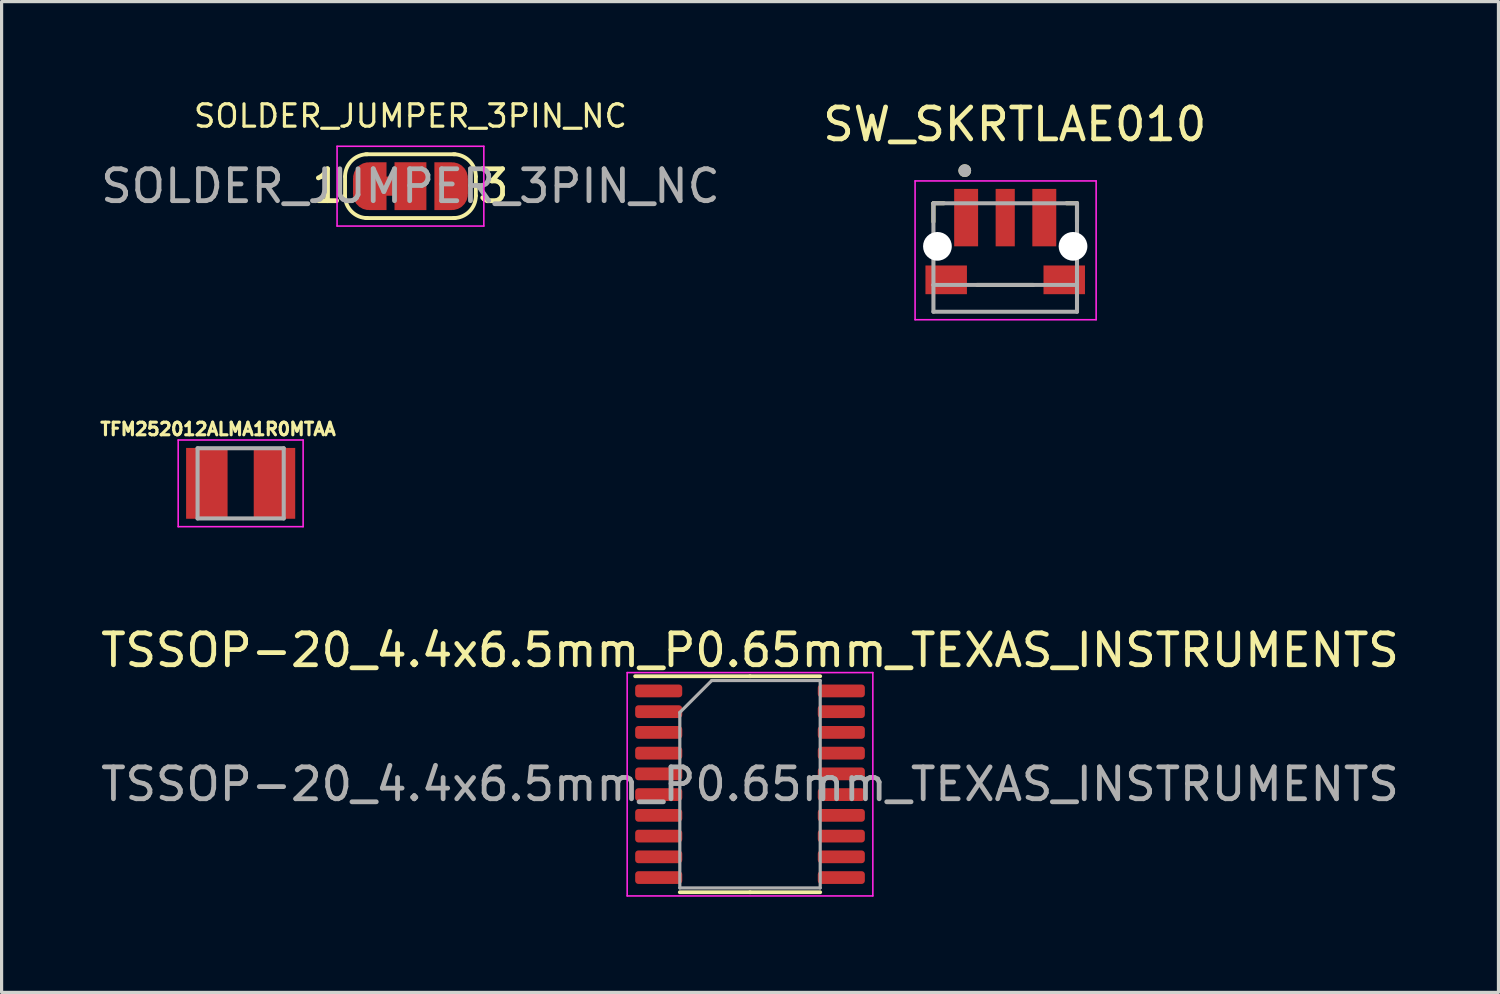
<source format=kicad_pcb>
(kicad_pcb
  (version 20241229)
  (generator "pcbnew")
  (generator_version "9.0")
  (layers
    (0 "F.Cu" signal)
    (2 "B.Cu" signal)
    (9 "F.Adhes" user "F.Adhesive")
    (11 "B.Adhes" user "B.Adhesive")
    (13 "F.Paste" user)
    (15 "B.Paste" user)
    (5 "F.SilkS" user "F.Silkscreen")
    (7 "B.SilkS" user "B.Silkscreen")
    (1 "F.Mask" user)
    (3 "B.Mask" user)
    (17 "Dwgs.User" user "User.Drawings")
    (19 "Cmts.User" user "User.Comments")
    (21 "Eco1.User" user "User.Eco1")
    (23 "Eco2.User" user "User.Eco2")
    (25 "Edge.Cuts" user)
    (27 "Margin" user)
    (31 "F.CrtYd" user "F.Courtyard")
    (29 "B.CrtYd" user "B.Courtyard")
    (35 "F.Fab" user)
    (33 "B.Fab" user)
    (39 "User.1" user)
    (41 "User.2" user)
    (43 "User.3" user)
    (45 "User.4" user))
  (footprint "TSSOP-20_4.4x6.5mm_P0.65mm_TEXAS_INSTRUMENTS"
    (layer "F.Cu")
    (at 20.458 21.531)
    (property "Reference" "TSSOP-20_4.4x6.5mm_P0.65mm_TEXAS_INSTRUMENTS" (at 0 -4.2 0) (layer "F.SilkS") (effects (font (size 1 1) (thickness 0.15))))
    (attr smd)
    (fp_line (start 0 -3.385) (end -3.6 -3.385) (stroke (width 0.12) (type solid)) (layer "F.SilkS"))
    (fp_line (start 0 -3.385) (end 2.2 -3.385) (stroke (width 0.12) (type solid)) (layer "F.SilkS"))
    (fp_line (start 0 3.385) (end -2.2 3.385) (stroke (width 0.12) (type solid)) (layer "F.SilkS"))
    (fp_line (start 0 3.385) (end 2.2 3.385) (stroke (width 0.12) (type solid)) (layer "F.SilkS"))
    (fp_line (start -3.85 -3.5) (end -3.85 3.5) (stroke (width 0.05) (type solid)) (layer "F.CrtYd"))
    (fp_line (start -3.85 3.5) (end 3.85 3.5) (stroke (width 0.05) (type solid)) (layer "F.CrtYd"))
    (fp_line (start 3.85 -3.5) (end -3.85 -3.5) (stroke (width 0.05) (type solid)) (layer "F.CrtYd"))
    (fp_line (start 3.85 3.5) (end 3.85 -3.5) (stroke (width 0.05) (type solid)) (layer "F.CrtYd"))
    (fp_line (start -2.2 -2.25) (end -1.2 -3.25) (stroke (width 0.1) (type solid)) (layer "F.Fab"))
    (fp_line (start -2.2 3.25) (end -2.2 -2.25) (stroke (width 0.1) (type solid)) (layer "F.Fab"))
    (fp_line (start -1.2 -3.25) (end 2.2 -3.25) (stroke (width 0.1) (type solid)) (layer "F.Fab"))
    (fp_line (start 2.2 -3.25) (end 2.2 3.25) (stroke (width 0.1) (type solid)) (layer "F.Fab"))
    (fp_line (start 2.2 3.25) (end -2.2 3.25) (stroke (width 0.1) (type solid)) (layer "F.Fab"))
    (fp_text user "${REFERENCE}" (at 0 0 0) (layer "F.Fab") (effects (font (size 1 1) (thickness 0.15))))
    (pad "1" smd roundrect (at -2.862 -2.925) (size 1.475 0.4) (layers "F.Cu" "F.Mask" "F.Paste") (roundrect_rratio 0.25))
    (pad "2" smd roundrect (at -2.862 -2.275) (size 1.475 0.4) (layers "F.Cu" "F.Mask" "F.Paste") (roundrect_rratio 0.25))
    (pad "3" smd roundrect (at -2.862 -1.625) (size 1.475 0.4) (layers "F.Cu" "F.Mask" "F.Paste") (roundrect_rratio 0.25))
    (pad "4" smd roundrect (at -2.862 -0.975) (size 1.475 0.4) (layers "F.Cu" "F.Mask" "F.Paste") (roundrect_rratio 0.25))
    (pad "5" smd roundrect (at -2.862 -0.325) (size 1.475 0.4) (layers "F.Cu" "F.Mask" "F.Paste") (roundrect_rratio 0.25))
    (pad "6" smd roundrect (at -2.862 0.325) (size 1.475 0.4) (layers "F.Cu" "F.Mask" "F.Paste") (roundrect_rratio 0.25))
    (pad "7" smd roundrect (at -2.862 0.975) (size 1.475 0.4) (layers "F.Cu" "F.Mask" "F.Paste") (roundrect_rratio 0.25))
    (pad "8" smd roundrect (at -2.862 1.625) (size 1.475 0.4) (layers "F.Cu" "F.Mask" "F.Paste") (roundrect_rratio 0.25))
    (pad "9" smd roundrect (at -2.862 2.275) (size 1.475 0.4) (layers "F.Cu" "F.Mask" "F.Paste") (roundrect_rratio 0.25))
    (pad "10" smd roundrect (at -2.862 2.925) (size 1.475 0.4) (layers "F.Cu" "F.Mask" "F.Paste") (roundrect_rratio 0.25))
    (pad "11" smd roundrect (at 2.862 2.925) (size 1.475 0.4) (layers "F.Cu" "F.Mask" "F.Paste") (roundrect_rratio 0.25))
    (pad "12" smd roundrect (at 2.862 2.275) (size 1.475 0.4) (layers "F.Cu" "F.Mask" "F.Paste") (roundrect_rratio 0.25))
    (pad "13" smd roundrect (at 2.862 1.625) (size 1.475 0.4) (layers "F.Cu" "F.Mask" "F.Paste") (roundrect_rratio 0.25))
    (pad "14" smd roundrect (at 2.862 0.975) (size 1.475 0.4) (layers "F.Cu" "F.Mask" "F.Paste") (roundrect_rratio 0.25))
    (pad "15" smd roundrect (at 2.862 0.325) (size 1.475 0.4) (layers "F.Cu" "F.Mask" "F.Paste") (roundrect_rratio 0.25))
    (pad "16" smd roundrect (at 2.862 -0.325) (size 1.475 0.4) (layers "F.Cu" "F.Mask" "F.Paste") (roundrect_rratio 0.25))
    (pad "17" smd roundrect (at 2.862 -0.975) (size 1.475 0.4) (layers "F.Cu" "F.Mask" "F.Paste") (roundrect_rratio 0.25))
    (pad "18" smd roundrect (at 2.862 -1.625) (size 1.475 0.4) (layers "F.Cu" "F.Mask" "F.Paste") (roundrect_rratio 0.25))
    (pad "19" smd roundrect (at 2.862 -2.275) (size 1.475 0.4) (layers "F.Cu" "F.Mask" "F.Paste") (roundrect_rratio 0.25))
    (pad "20" smd roundrect (at 2.862 -2.925) (size 1.475 0.4) (layers "F.Cu" "F.Mask" "F.Paste") (roundrect_rratio 0.25)))
  (footprint "TFM252012ALMA1R0MTAA"
    (layer "F.Cu")
    (at 4.493 12.1)
    (property "Reference" "TFM252012ALMA1R0MTAA" (at -0.71 -1.7 0) (layer "F.SilkS") (effects (font (size 0.394 0.394) (thickness 0.15))))
    (attr smd)
    (fp_line (start -1.958 -1.358) (end 1.958 -1.358) (stroke (width 0.05) (type solid)) (layer "F.CrtYd"))
    (fp_line (start -1.958 1.358) (end -1.958 -1.358) (stroke (width 0.05) (type solid)) (layer "F.CrtYd"))
    (fp_line (start -1.958 1.358) (end 1.958 1.358) (stroke (width 0.05) (type solid)) (layer "F.CrtYd"))
    (fp_line (start 1.958 1.358) (end 1.958 -1.358) (stroke (width 0.05) (type solid)) (layer "F.CrtYd"))
    (fp_line (start -1.35 1.1) (end -1.35 -1.1) (stroke (width 0.127) (type solid)) (layer "F.Fab"))
    (fp_line (start 1.35 -1.1) (end -1.35 -1.1) (stroke (width 0.127) (type solid)) (layer "F.Fab"))
    (fp_line (start 1.35 1.1) (end -1.35 1.1) (stroke (width 0.127) (type solid)) (layer "F.Fab"))
    (fp_line (start 1.35 1.1) (end 1.35 -1.1) (stroke (width 0.127) (type solid)) (layer "F.Fab"))
    (pad "1" smd rect (at -1.06 0) (size 1.3 2.22) (layers "F.Cu" "F.Mask" "F.Paste"))
    (pad "2" smd rect (at 1.06 0) (size 1.3 2.22) (layers "F.Cu" "F.Mask" "F.Paste")))
  (footprint "SW_SKRTLAE010"
    (layer "F.Cu")
    (at 28.457 4.671)
    (property "Reference" "SW_SKRTLAE010" (at 0.299 -3.823 0) (layer "F.SilkS") (effects (font (size 1 1) (thickness 0.15))))
    (attr smd)
    (fp_line (start -2.25 -1.35) (end -1.924 -1.35) (stroke (width 0.127) (type solid)) (layer "F.SilkS"))
    (fp_line (start -2.25 -0.77) (end -2.25 -1.35) (stroke (width 0.127) (type solid)) (layer "F.SilkS"))
    (fp_line (start -0.88 1.21) (end 0.88 1.21) (stroke (width 0.127) (type solid)) (layer "F.SilkS"))
    (fp_line (start 1.924 -1.35) (end 2.25 -1.35) (stroke (width 0.127) (type solid)) (layer "F.SilkS"))
    (fp_line (start 2.25 -1.35) (end 2.25 -0.77) (stroke (width 0.127) (type solid)) (layer "F.SilkS"))
    (fp_circle (center -1.268 -2.373) (end -1.168 -2.373) (stroke (width 0.2) (type solid)) (fill no) (layer "F.SilkS"))
    (fp_line (start -2.825 -2.05) (end -2.825 2.3) (stroke (width 0.05) (type solid)) (layer "F.CrtYd"))
    (fp_line (start -2.825 2.3) (end 2.85 2.3) (stroke (width 0.05) (type solid)) (layer "F.CrtYd"))
    (fp_line (start 2.85 -2.05) (end -2.825 -2.05) (stroke (width 0.05) (type solid)) (layer "F.CrtYd"))
    (fp_line (start 2.85 2.3) (end 2.85 -2.05) (stroke (width 0.05) (type solid)) (layer "F.CrtYd"))
    (fp_line (start -2.25 -1.35) (end 2.25 -1.35) (stroke (width 0.127) (type solid)) (layer "F.Fab"))
    (fp_line (start -2.25 1.21) (end -2.25 -1.35) (stroke (width 0.127) (type solid)) (layer "F.Fab"))
    (fp_line (start -2.25 1.21) (end 2.25 1.21) (stroke (width 0.127) (type solid)) (layer "F.Fab"))
    (fp_line (start -2.25 2.05) (end -2.25 1.21) (stroke (width 0.127) (type solid)) (layer "F.Fab"))
    (fp_line (start 2.25 -1.35) (end 2.25 1.21) (stroke (width 0.127) (type solid)) (layer "F.Fab"))
    (fp_line (start 2.25 1.21) (end 2.25 2.05) (stroke (width 0.127) (type solid)) (layer "F.Fab"))
    (fp_line (start 2.25 2.05) (end -2.25 2.05) (stroke (width 0.127) (type solid)) (layer "F.Fab"))
    (fp_circle (center -1.268 -2.373) (end -1.168 -2.373) (stroke (width 0.2) (type solid)) (fill no) (layer "F.Fab"))
    (pad "" np_thru_hole circle (at -2.125 0) (size 0.9 0.9) (drill 0.9) (layers "*.Cu" "*.Mask"))
    (pad "" np_thru_hole circle (at 2.125 0) (size 0.9 0.9) (drill 0.9) (layers "*.Cu" "*.Mask"))
    (pad "1" smd rect (at -1.225 -0.9) (size 0.75 1.8) (layers "F.Cu" "F.Mask" "F.Paste"))
    (pad "1" smd rect (at 1.225 -0.9) (size 0.75 1.8) (layers "F.Cu" "F.Mask" "F.Paste"))
    (pad "2" smd rect (at 0 -0.9) (size 0.6 1.8) (layers "F.Cu" "F.Mask" "F.Paste"))
    (pad "3" smd rect (at -1.85 1.05) (size 1.3 0.9) (layers "F.Cu" "F.Mask" "F.Paste"))
    (pad "3" smd rect (at 1.85 1.05) (size 1.3 0.9) (layers "F.Cu" "F.Mask" "F.Paste"))
    (zone (net_name "") (layer "F.Cu") (hatch full 0.508) (connect_pads) (min_thickness 0.01) (filled_areas_thickness no) (keepout (tracks not_allowed) (vias not_allowed) (pads not_allowed) (copperpour not_allowed) (footprints allowed)) (placement (enabled no)) (fill) (polygon (pts (xy 27.457 4.971) (xy 29.457 4.971) (xy 29.457 6.171) (xy 27.457 6.171))))
    (zone (net_name "") (layers "F.Cu" "B.Cu") (hatch full 0.508) (connect_pads) (min_thickness 0.01) (filled_areas_thickness no) (keepout (tracks allowed) (vias not_allowed) (pads allowed) (copperpour allowed) (footprints allowed)) (placement (enabled no)) (fill) (polygon (pts (xy 27.457 4.971) (xy 29.457 4.971) (xy 29.457 6.171) (xy 27.457 6.171)))))
  (footprint "SOLDER_JUMPER_3PIN_NC"
    (layer "F.Cu")
    (at 9.815 2.785)
    (property "Reference" "SOLDER_JUMPER_3PIN_NC" (at 0 -2.2 0) (layer "F.SilkS") (effects (font (size 0.7 0.7) (thickness 0.1))))
    (attr smd exclude_from_pos_files exclude_from_bom)
    (fp_poly (pts (xy -0.9 -0.3) (xy -0.4 -0.3) (xy -0.4 0.3) (xy -0.9 0.3)) (stroke (width 0) (type solid)) (fill yes) (layer "F.Cu"))
    (fp_line (start -2.05 0.3) (end -2.05 -0.3) (stroke (width 0.12) (type solid)) (layer "F.SilkS"))
    (fp_line (start -1.4 -1) (end 1.4 -1) (stroke (width 0.12) (type solid)) (layer "F.SilkS"))
    (fp_line (start 1.4 1) (end -1.4 1) (stroke (width 0.12) (type solid)) (layer "F.SilkS"))
    (fp_line (start 2.05 -0.3) (end 2.05 0.3) (stroke (width 0.12) (type solid)) (layer "F.SilkS"))
    (fp_arc (start -2.05 -0.3) (mid -1.844975 -0.794975) (end -1.35 -1) (stroke (width 0.12) (type solid)) (layer "F.SilkS"))
    (fp_arc (start -1.35 1) (mid -1.844975 0.794975) (end -2.05 0.3) (stroke (width 0.12) (type solid)) (layer "F.SilkS"))
    (fp_arc (start 1.35 -1) (mid 1.844975 -0.794975) (end 2.05 -0.3) (stroke (width 0.12) (type solid)) (layer "F.SilkS"))
    (fp_arc (start 2.05 0.3) (mid 1.844975 0.794975) (end 1.35 1) (stroke (width 0.12) (type solid)) (layer "F.SilkS"))
    (fp_line (start -2.3 -1.25) (end -2.3 1.25) (stroke (width 0.05) (type solid)) (layer "F.CrtYd"))
    (fp_line (start -2.3 -1.25) (end 2.3 -1.25) (stroke (width 0.05) (type solid)) (layer "F.CrtYd"))
    (fp_line (start 2.3 1.25) (end -2.3 1.25) (stroke (width 0.05) (type solid)) (layer "F.CrtYd"))
    (fp_line (start 2.3 1.25) (end 2.3 -1.25) (stroke (width 0.05) (type solid)) (layer "F.CrtYd"))
    (fp_text user "1" (at -2.6 0 0) (layer "F.SilkS") (effects (font (size 1 1) (thickness 0.15))))
    (fp_text user "3" (at 2.6 0 0) (layer "F.SilkS") (effects (font (size 1 1) (thickness 0.15))))
    (fp_text user "${REFERENCE}" (at 0 0 0) (layer "F.Fab") (effects (font (size 1 1) (thickness 0.15))))
    (pad "1" smd custom (at -1.3 0) (size 1 0.5) (layers "F.Cu" "F.Mask") (options (anchor rect)) (primitives (gr_poly (pts (xy 0.55 0.75) (xy 0 0.75) (xy 0 -0.75) (xy 0.55 -0.75)) (width 0) (fill yes)) (gr_circle (center 0 0.25) (end 0.5 0.25) (width 0) (fill yes)) (gr_circle (center 0 -0.25) (end 0.5 -0.25) (width 0) (fill yes))))
    (pad "2" smd rect (at 0 0) (size 1 1.5) (layers "F.Cu" "F.Mask"))
    (pad "3" smd custom (at 1.3 0) (size 1 0.5) (layers "F.Cu" "F.Mask") (options (anchor rect)) (primitives (gr_circle (center 0 0.25) (end 0.5 0.25) (width 0) (fill yes)) (gr_circle (center 0 -0.25) (end 0.5 -0.25) (width 0) (fill yes)) (gr_poly (pts (xy 0 0.75) (xy -0.55 0.75) (xy -0.55 -0.75) (xy 0 -0.75)) (width 0) (fill yes)))))
  (gr_rect
    (start -3 -3)
    (end 43.917 28.056)
    (stroke (width 0.1) (type default))
    (fill no)
    (layer "Edge.Cuts")))
</source>
